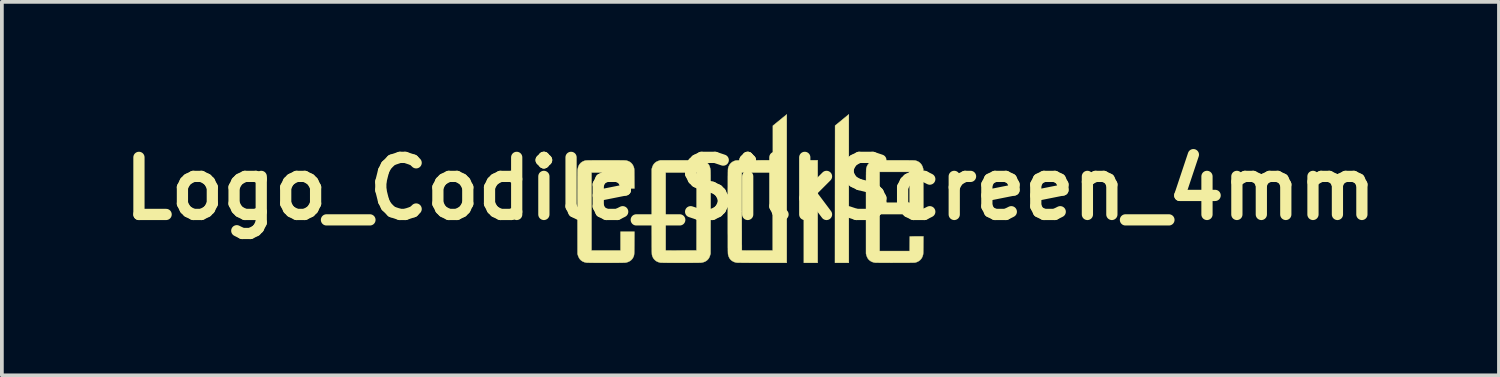
<source format=kicad_pcb>
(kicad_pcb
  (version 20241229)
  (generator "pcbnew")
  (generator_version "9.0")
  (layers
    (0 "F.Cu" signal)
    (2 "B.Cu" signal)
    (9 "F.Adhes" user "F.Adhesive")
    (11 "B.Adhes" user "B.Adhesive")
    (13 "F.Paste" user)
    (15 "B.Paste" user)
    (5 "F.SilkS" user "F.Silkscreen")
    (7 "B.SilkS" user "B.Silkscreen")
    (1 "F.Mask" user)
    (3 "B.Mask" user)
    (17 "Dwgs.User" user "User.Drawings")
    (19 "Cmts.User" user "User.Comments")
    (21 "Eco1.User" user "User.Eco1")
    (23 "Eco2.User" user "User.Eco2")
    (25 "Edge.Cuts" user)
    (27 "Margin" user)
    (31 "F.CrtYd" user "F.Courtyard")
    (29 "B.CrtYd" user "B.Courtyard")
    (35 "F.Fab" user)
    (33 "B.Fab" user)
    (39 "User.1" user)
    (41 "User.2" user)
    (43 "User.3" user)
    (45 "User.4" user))
  (footprint "Logo_Codile_SilkScreen_4mm"
    (layer "F.Cu")
    (at 16.989 1.987)
    (property "Reference" "Logo_Codile_SilkScreen_4mm" (at 0 0 0) (layer "F.SilkS") (effects (font (size 1.524 1.524) (thickness 0.3))))
    (attr through_hole)
    (fp_poly (pts (xy 1.796 1.981) (xy 1.427 1.981) (xy 1.427 -0.757) (xy 1.796 -0.757) (xy 1.796 1.981)) (stroke (width 0.01) (type solid)) (fill yes) (layer "F.SilkS"))
    (fp_poly (pts (xy 2.628 1.981) (xy 2.258 1.981) (xy 2.259 0.149) (xy 2.261 -1.683) (xy 2.427 -1.818) (xy 2.461 -1.847) (xy 2.494 -1.873) (xy 2.524 -1.898) (xy 2.552 -1.92) (xy 2.574 -1.939) (xy 2.593 -1.954) (xy 2.605 -1.964) (xy 2.61 -1.968) (xy 2.628 -1.982) (xy 2.628 1.981)) (stroke (width 0.01) (type solid)) (fill yes) (layer "F.SilkS"))
    (fp_poly (pts (xy -1.625 -0.755) (xy -1.565 -0.755) (xy -1.511 -0.755) (xy -1.465 -0.755) (xy -1.424 -0.754) (xy -1.389 -0.754) (xy -1.359 -0.753) (xy -1.334 -0.752) (xy -1.313 -0.751) (xy -1.295 -0.75) (xy -1.28 -0.748) (xy -1.267 -0.746) (xy -1.257 -0.744) (xy -1.248 -0.741) (xy -1.239 -0.738) (xy -1.231 -0.735) (xy -1.223 -0.731) (xy -1.214 -0.727) (xy -1.208 -0.723) (xy -1.169 -0.7) (xy -1.136 -0.671) (xy -1.109 -0.635) (xy -1.089 -0.592) (xy -1.075 -0.543) (xy -1.067 -0.487) (xy -1.066 -0.476) (xy -1.066 -0.458) (xy -1.065 -0.431) (xy -1.065 -0.397) (xy -1.064 -0.355) (xy -1.064 -0.304) (xy -1.064 -0.246) (xy -1.063 -0.179) (xy -1.063 -0.104) (xy -1.063 -0.02) (xy -1.063 0.072) (xy -1.063 0.173) (xy -1.063 0.283) (xy -1.063 0.401) (xy -1.063 0.529) (xy -1.063 0.651) (xy -1.065 1.734) (xy -1.075 1.772) (xy -1.092 1.822) (xy -1.115 1.865) (xy -1.144 1.9) (xy -1.179 1.929) (xy -1.221 1.952) (xy -1.269 1.968) (xy -1.313 1.976) (xy -1.322 1.977) (xy -1.34 1.977) (xy -1.366 1.978) (xy -1.399 1.979) (xy -1.438 1.979) (xy -1.482 1.979) (xy -1.531 1.98) (xy -1.584 1.98) (xy -1.641 1.98) (xy -1.7 1.98) (xy -1.761 1.981) (xy -1.823 1.981) (xy -1.886 1.981) (xy -1.948 1.981) (xy -2.009 1.981) (xy -2.068 1.98) (xy -2.124 1.98) (xy -2.177 1.98) (xy -2.227 1.98) (xy -2.271 1.979) (xy -2.31 1.979) (xy -2.342 1.978) (xy -2.368 1.978) (xy -2.385 1.977) (xy -2.395 1.977) (xy -2.395 1.977) (xy -2.447 1.965) (xy -2.494 1.947) (xy -2.534 1.921) (xy -2.568 1.889) (xy -2.596 1.851) (xy -2.617 1.806) (xy -2.626 1.776) (xy -2.627 1.772) (xy -2.628 1.768) (xy -2.629 1.763) (xy -2.629 1.757) (xy -2.63 1.749) (xy -2.631 1.74) (xy -2.631 1.728) (xy -2.632 1.713) (xy -2.632 1.696) (xy -2.633 1.676) (xy -2.633 1.652) (xy -2.633 1.624) (xy -2.633 1.591) (xy -2.634 1.554) (xy -2.634 1.512) (xy -2.634 1.465) (xy -2.634 1.412) (xy -2.634 1.352) (xy -2.634 1.287) (xy -2.635 1.214) (xy -2.635 1.135) (xy -2.635 1.048) (xy -2.635 0.953) (xy -2.635 0.85) (xy -2.635 0.739) (xy -2.635 0.618) (xy -2.635 -0.429) (xy -2.263 -0.429) (xy -2.263 1.653) (xy -1.439 1.651) (xy -1.437 0.611) (xy -1.436 -0.429) (xy -2.263 -0.429) (xy -2.635 -0.429) (xy -2.635 -0.524) (xy -2.624 -0.561) (xy -2.607 -0.608) (xy -2.584 -0.649) (xy -2.555 -0.682) (xy -2.52 -0.71) (xy -2.477 -0.732) (xy -2.443 -0.744) (xy -2.408 -0.755) (xy -1.854 -0.755) (xy -1.769 -0.755) (xy -1.693 -0.755) (xy -1.625 -0.755)) (stroke (width 0.01) (type solid)) (fill yes) (layer "F.SilkS"))
    (fp_poly (pts (xy -3.777 -0.755) (xy -3.705 -0.755) (xy -3.641 -0.755) (xy -3.584 -0.755) (xy -3.535 -0.755) (xy -3.492 -0.755) (xy -3.455 -0.754) (xy -3.424 -0.754) (xy -3.397 -0.754) (xy -3.376 -0.753) (xy -3.358 -0.753) (xy -3.343 -0.752) (xy -3.331 -0.751) (xy -3.322 -0.751) (xy -3.315 -0.75) (xy -3.308 -0.748) (xy -3.303 -0.747) (xy -3.3 -0.746) (xy -3.251 -0.729) (xy -3.21 -0.706) (xy -3.176 -0.677) (xy -3.147 -0.641) (xy -3.125 -0.598) (xy -3.112 -0.563) (xy -3.11 -0.556) (xy -3.108 -0.548) (xy -3.106 -0.541) (xy -3.105 -0.531) (xy -3.104 -0.52) (xy -3.103 -0.505) (xy -3.102 -0.487) (xy -3.102 -0.464) (xy -3.101 -0.436) (xy -3.101 -0.402) (xy -3.101 -0.36) (xy -3.1 -0.311) (xy -3.1 -0.267) (xy -3.098 -0.005) (xy -3.468 -0.005) (xy -3.468 -0.429) (xy -4.244 -0.429) (xy -4.244 1.653) (xy -3.468 1.653) (xy -3.468 1.15) (xy -3.098 1.15) (xy -3.1 1.451) (xy -3.1 1.513) (xy -3.101 1.567) (xy -3.101 1.612) (xy -3.102 1.651) (xy -3.102 1.684) (xy -3.103 1.711) (xy -3.104 1.733) (xy -3.106 1.751) (xy -3.107 1.767) (xy -3.11 1.779) (xy -3.112 1.79) (xy -3.116 1.801) (xy -3.12 1.811) (xy -3.124 1.821) (xy -3.128 1.83) (xy -3.151 1.87) (xy -3.181 1.904) (xy -3.217 1.932) (xy -3.259 1.954) (xy -3.307 1.97) (xy -3.341 1.976) (xy -3.351 1.977) (xy -3.369 1.978) (xy -3.395 1.978) (xy -3.428 1.979) (xy -3.467 1.979) (xy -3.512 1.98) (xy -3.561 1.98) (xy -3.614 1.98) (xy -3.67 1.98) (xy -3.729 1.981) (xy -3.789 1.981) (xy -3.85 1.981) (xy -3.911 1.981) (xy -3.972 1.981) (xy -4.031 1.98) (xy -4.088 1.98) (xy -4.142 1.98) (xy -4.192 1.98) (xy -4.238 1.979) (xy -4.279 1.979) (xy -4.313 1.978) (xy -4.341 1.978) (xy -4.362 1.977) (xy -4.374 1.976) (xy -4.376 1.976) (xy -4.428 1.965) (xy -4.474 1.947) (xy -4.514 1.922) (xy -4.548 1.891) (xy -4.575 1.852) (xy -4.596 1.807) (xy -4.606 1.779) (xy -4.616 1.743) (xy -4.617 0.637) (xy -4.617 0.505) (xy -4.617 0.381) (xy -4.618 0.267) (xy -4.618 0.161) (xy -4.618 0.063) (xy -4.617 -0.026) (xy -4.617 -0.107) (xy -4.617 -0.179) (xy -4.617 -0.245) (xy -4.617 -0.302) (xy -4.616 -0.352) (xy -4.616 -0.395) (xy -4.616 -0.431) (xy -4.615 -0.46) (xy -4.615 -0.482) (xy -4.614 -0.498) (xy -4.614 -0.507) (xy -4.613 -0.508) (xy -4.603 -0.562) (xy -4.586 -0.61) (xy -4.562 -0.65) (xy -4.532 -0.685) (xy -4.495 -0.713) (xy -4.452 -0.735) (xy -4.415 -0.747) (xy -4.41 -0.748) (xy -4.404 -0.749) (xy -4.397 -0.75) (xy -4.388 -0.751) (xy -4.376 -0.752) (xy -4.362 -0.753) (xy -4.344 -0.753) (xy -4.323 -0.754) (xy -4.296 -0.754) (xy -4.265 -0.754) (xy -4.228 -0.755) (xy -4.186 -0.755) (xy -4.136 -0.755) (xy -4.08 -0.755) (xy -4.016 -0.755) (xy -3.944 -0.755) (xy -3.863 -0.755) (xy -3.858 -0.755) (xy -3.777 -0.755)) (stroke (width 0.01) (type solid)) (fill yes) (layer "F.SilkS"))
    (fp_poly (pts (xy 0.97 1.981) (xy 0.318 1.981) (xy 0.24 1.981) (xy 0.165 1.98) (xy 0.093 1.98) (xy 0.024 1.98) (xy -0.042 1.98) (xy -0.102 1.979) (xy -0.158 1.979) (xy -0.208 1.979) (xy -0.253 1.978) (xy -0.29 1.978) (xy -0.321 1.977) (xy -0.343 1.977) (xy -0.358 1.976) (xy -0.363 1.976) (xy -0.415 1.965) (xy -0.461 1.946) (xy -0.501 1.921) (xy -0.535 1.89) (xy -0.562 1.852) (xy -0.582 1.807) (xy -0.594 1.766) (xy -0.595 1.762) (xy -0.596 1.757) (xy -0.597 1.752) (xy -0.597 1.745) (xy -0.598 1.737) (xy -0.599 1.727) (xy -0.599 1.714) (xy -0.6 1.699) (xy -0.6 1.681) (xy -0.601 1.66) (xy -0.601 1.634) (xy -0.601 1.605) (xy -0.602 1.572) (xy -0.602 1.534) (xy -0.602 1.49) (xy -0.602 1.442) (xy -0.602 1.387) (xy -0.602 1.327) (xy -0.602 1.259) (xy -0.603 1.185) (xy -0.603 1.104) (xy -0.603 1.015) (xy -0.603 0.919) (xy -0.603 0.814) (xy -0.603 0.7) (xy -0.603 0.61) (xy -0.603 0.489) (xy -0.603 0.378) (xy -0.603 0.275) (xy -0.603 0.18) (xy -0.603 0.094) (xy -0.603 0.014) (xy -0.602 -0.058) (xy -0.602 -0.123) (xy -0.602 -0.183) (xy -0.602 -0.236) (xy -0.602 -0.283) (xy -0.602 -0.325) (xy -0.601 -0.362) (xy -0.601 -0.394) (xy -0.601 -0.422) (xy -0.601 -0.429) (xy -0.231 -0.429) (xy -0.231 0.609) (xy -0.231 0.706) (xy -0.231 0.801) (xy -0.231 0.893) (xy -0.231 0.982) (xy -0.231 1.067) (xy -0.23 1.148) (xy -0.23 1.224) (xy -0.23 1.296) (xy -0.23 1.362) (xy -0.23 1.422) (xy -0.23 1.476) (xy -0.229 1.524) (xy -0.229 1.565) (xy -0.229 1.598) (xy -0.229 1.624) (xy -0.228 1.641) (xy -0.228 1.649) (xy -0.228 1.65) (xy -0.223 1.651) (xy -0.209 1.651) (xy -0.188 1.652) (xy -0.159 1.652) (xy -0.124 1.652) (xy -0.083 1.653) (xy -0.036 1.653) (xy 0.015 1.653) (xy 0.07 1.653) (xy 0.128 1.653) (xy 0.185 1.653) (xy 0.596 1.653) (xy 0.596 -0.429) (xy -0.231 -0.429) (xy -0.601 -0.429) (xy -0.6 -0.446) (xy -0.6 -0.467) (xy -0.6 -0.484) (xy -0.599 -0.498) (xy -0.599 -0.51) (xy -0.598 -0.52) (xy -0.597 -0.527) (xy -0.597 -0.534) (xy -0.596 -0.539) (xy -0.595 -0.544) (xy -0.594 -0.546) (xy -0.578 -0.596) (xy -0.556 -0.639) (xy -0.526 -0.676) (xy -0.49 -0.707) (xy -0.447 -0.731) (xy -0.404 -0.747) (xy -0.399 -0.748) (xy -0.393 -0.749) (xy -0.386 -0.75) (xy -0.377 -0.751) (xy -0.365 -0.752) (xy -0.35 -0.753) (xy -0.332 -0.753) (xy -0.309 -0.754) (xy -0.282 -0.754) (xy -0.249 -0.755) (xy -0.211 -0.755) (xy -0.166 -0.755) (xy -0.114 -0.756) (xy -0.055 -0.756) (xy 0.012 -0.756) (xy 0.087 -0.756) (xy 0.112 -0.756) (xy 0.6 -0.758) (xy 0.6 -1.68) (xy 0.694 -1.756) (xy 0.726 -1.782) (xy 0.763 -1.812) (xy 0.801 -1.843) (xy 0.838 -1.873) (xy 0.871 -1.901) (xy 0.879 -1.907) (xy 0.97 -1.981) (xy 0.97 1.981)) (stroke (width 0.01) (type solid)) (fill yes) (layer "F.SilkS"))
    (fp_poly (pts (xy 3.933 -0.755) (xy 4.007 -0.755) (xy 4.072 -0.755) (xy 4.129 -0.755) (xy 4.179 -0.755) (xy 4.223 -0.755) (xy 4.26 -0.754) (xy 4.292 -0.754) (xy 4.319 -0.754) (xy 4.341 -0.753) (xy 4.359 -0.753) (xy 4.374 -0.752) (xy 4.386 -0.751) (xy 4.395 -0.75) (xy 4.403 -0.749) (xy 4.409 -0.748) (xy 4.414 -0.747) (xy 4.415 -0.747) (xy 4.463 -0.73) (xy 4.505 -0.706) (xy 4.54 -0.676) (xy 4.569 -0.639) (xy 4.592 -0.596) (xy 4.606 -0.556) (xy 4.616 -0.52) (xy 4.618 0.679) (xy 3.45 0.679) (xy 3.45 1.667) (xy 4.253 1.667) (xy 4.254 1.472) (xy 4.256 1.277) (xy 4.437 1.276) (xy 4.619 1.275) (xy 4.617 1.509) (xy 4.617 1.562) (xy 4.616 1.606) (xy 4.616 1.643) (xy 4.615 1.673) (xy 4.615 1.698) (xy 4.614 1.718) (xy 4.613 1.733) (xy 4.612 1.746) (xy 4.611 1.756) (xy 4.609 1.765) (xy 4.607 1.773) (xy 4.605 1.779) (xy 4.588 1.828) (xy 4.564 1.869) (xy 4.534 1.904) (xy 4.497 1.933) (xy 4.454 1.956) (xy 4.416 1.969) (xy 4.41 1.97) (xy 4.405 1.972) (xy 4.399 1.973) (xy 4.391 1.974) (xy 4.383 1.975) (xy 4.372 1.976) (xy 4.359 1.976) (xy 4.342 1.977) (xy 4.322 1.978) (xy 4.297 1.978) (xy 4.268 1.978) (xy 4.233 1.979) (xy 4.193 1.979) (xy 4.146 1.979) (xy 4.092 1.979) (xy 4.03 1.979) (xy 3.961 1.979) (xy 3.882 1.979) (xy 3.868 1.979) (xy 3.799 1.98) (xy 3.733 1.98) (xy 3.669 1.979) (xy 3.609 1.979) (xy 3.553 1.979) (xy 3.502 1.979) (xy 3.456 1.979) (xy 3.416 1.978) (xy 3.382 1.978) (xy 3.356 1.977) (xy 3.338 1.977) (xy 3.328 1.976) (xy 3.327 1.976) (xy 3.275 1.965) (xy 3.229 1.947) (xy 3.19 1.922) (xy 3.156 1.891) (xy 3.129 1.853) (xy 3.108 1.807) (xy 3.098 1.773) (xy 3.087 1.734) (xy 3.087 0.614) (xy 3.087 0.494) (xy 3.087 0.383) (xy 3.087 0.28) (xy 3.087 0.185) (xy 3.087 0.098) (xy 3.087 0.019) (xy 3.087 -0.053) (xy 3.088 -0.119) (xy 3.088 -0.178) (xy 3.088 -0.231) (xy 3.088 -0.278) (xy 3.088 -0.32) (xy 3.088 -0.357) (xy 3.089 -0.389) (xy 3.089 -0.417) (xy 3.089 -0.441) (xy 3.09 -0.448) (xy 3.45 -0.448) (xy 3.45 0.379) (xy 4.253 0.379) (xy 4.253 -0.448) (xy 3.45 -0.448) (xy 3.09 -0.448) (xy 3.09 -0.462) (xy 3.09 -0.479) (xy 3.091 -0.494) (xy 3.091 -0.506) (xy 3.092 -0.515) (xy 3.093 -0.523) (xy 3.093 -0.53) (xy 3.094 -0.535) (xy 3.095 -0.539) (xy 3.096 -0.543) (xy 3.111 -0.593) (xy 3.133 -0.636) (xy 3.161 -0.673) (xy 3.196 -0.704) (xy 3.238 -0.728) (xy 3.286 -0.746) (xy 3.288 -0.747) (xy 3.293 -0.748) (xy 3.299 -0.749) (xy 3.305 -0.75) (xy 3.314 -0.751) (xy 3.324 -0.752) (xy 3.337 -0.752) (xy 3.354 -0.753) (xy 3.374 -0.754) (xy 3.399 -0.754) (xy 3.428 -0.754) (xy 3.462 -0.755) (xy 3.503 -0.755) (xy 3.549 -0.755) (xy 3.603 -0.755) (xy 3.664 -0.755) (xy 3.733 -0.755) (xy 3.81 -0.755) (xy 3.852 -0.755) (xy 3.933 -0.755)) (stroke (width 0.01) (type solid)) (fill yes) (layer "F.SilkS")))
  (gr_rect
    (start -3 -3)
    (end 36.978 6.973)
    (stroke (width 0.1) (type default))
    (fill no)
    (layer "Edge.Cuts")))
</source>
